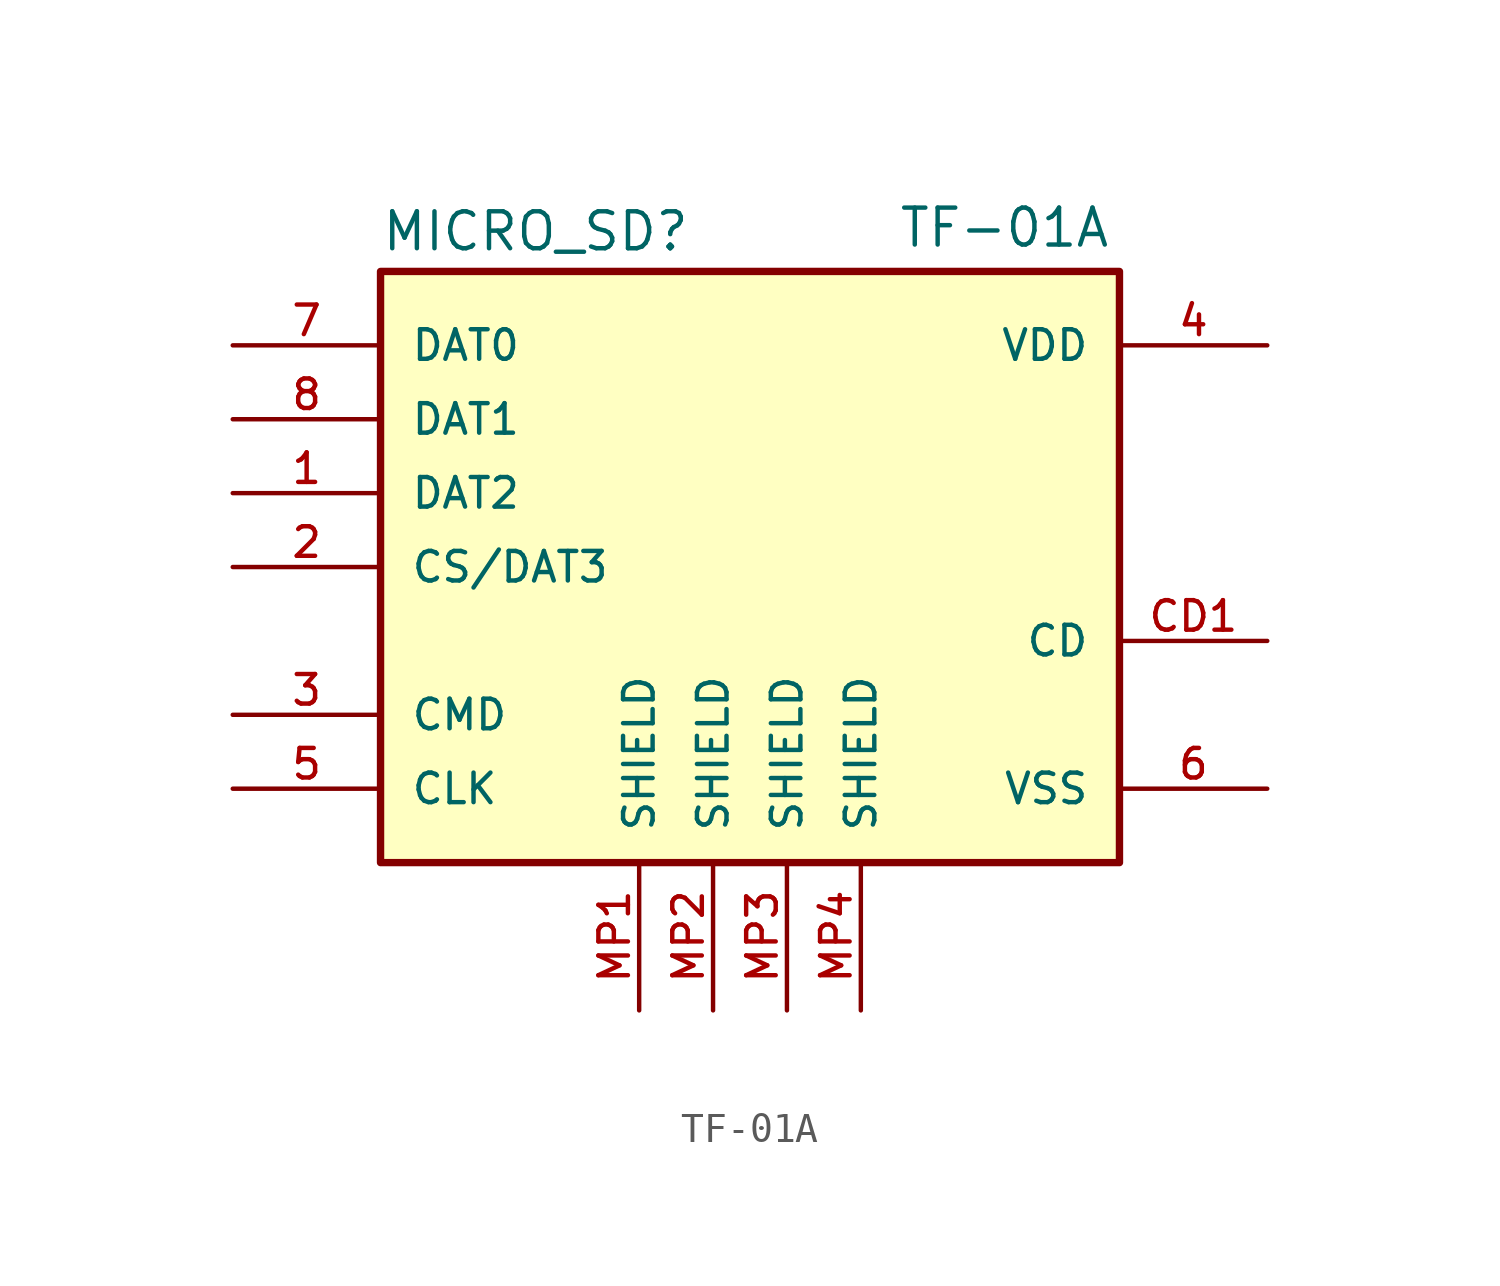
<source format=kicad_sym>
(kicad_symbol_lib
  (version 20231120)
  (generator "kicad_symbol_editor")
  (generator_version "8.0")
  (symbol "TF-01A"
    (pin_names
      (offset 1.016))
    (property "Reference" "MICRO_SD"
      (at -12.7 10.795 0)
      (effects (font (size 1.27 1.27)) (justify left bottom)))
    (property "Value" "TF-01A"
      (at 5.08 10.922 0)
      (effects (font (size 1.27 1.27)) (justify left bottom)))
    (symbol "TF-01A_0_0"
      (rectangle (start -12.7 10.16) (end 12.7 -10.16) (stroke (width 0.254) (type default)) (fill (type background)))
      (pin bidirectional line (at -17.78 2.54 0) (length 5.08) (name "DAT2" (effects (font (size 1.016 1.016)))) (number "1" (effects (font (size 1.016 1.016)))))
      (pin bidirectional line (at -17.78 -5.08 0) (length 5.08) (name "CMD" (effects (font (size 1.016 1.016)))) (number "3" (effects (font (size 1.016 1.016)))))
      (pin power_in line (at 17.78 7.62 180) (length 5.08) (name "VDD" (effects (font (size 1.016 1.016)))) (number "4" (effects (font (size 1.016 1.016)))))
      (pin power_in line (at 17.78 -7.62 180) (length 5.08) (name "VSS" (effects (font (size 1.016 1.016)))) (number "6" (effects (font (size 1.016 1.016)))))
      (pin bidirectional line (at -17.78 7.62 0) (length 5.08) (name "DAT0" (effects (font (size 1.016 1.016)))) (number "7" (effects (font (size 1.016 1.016)))))
      (pin bidirectional line (at -17.78 5.08 0) (length 5.08) (name "DAT1" (effects (font (size 1.016 1.016)))) (number "8" (effects (font (size 1.016 1.016)))))
      (pin passive line (at 17.78 -2.54 180) (length 5.08) (name "CD" (effects (font (size 1.016 1.016)))) (number "CD1" (effects (font (size 1.016 1.016)))))
      (pin power_in line (at -3.81 -15.24 90) (length 5.08) (name "SHIELD" (effects (font (size 1.016 1.016)))) (number "MP1" (effects (font (size 1.016 1.016)))))
      (pin power_in line (at -1.27 -15.24 90) (length 5.08) (name "SHIELD" (effects (font (size 1.016 1.016)))) (number "MP2" (effects (font (size 1.016 1.016)))))
      (pin power_in line (at 1.27 -15.24 90) (length 5.08) (name "SHIELD" (effects (font (size 1.016 1.016)))) (number "MP3" (effects (font (size 1.016 1.016)))))
      (pin power_in line (at 3.81 -15.24 90) (length 5.08) (name "SHIELD" (effects (font (size 1.016 1.016)))) (number "MP4" (effects (font (size 1.016 1.016))))))
    (symbol "TF-01A_1_0"
      (pin bidirectional line (at -17.78 0 0) (length 5.08) (name "CS/DAT3" (effects (font (size 1.016 1.016)))) (number "2" (effects (font (size 1.016 1.016)))))
      (pin bidirectional line (at -17.78 -7.62 0) (length 5.08) (name "CLK" (effects (font (size 1.016 1.016)))) (number "5" (effects (font (size 1.016 1.016))))))))
</source>
